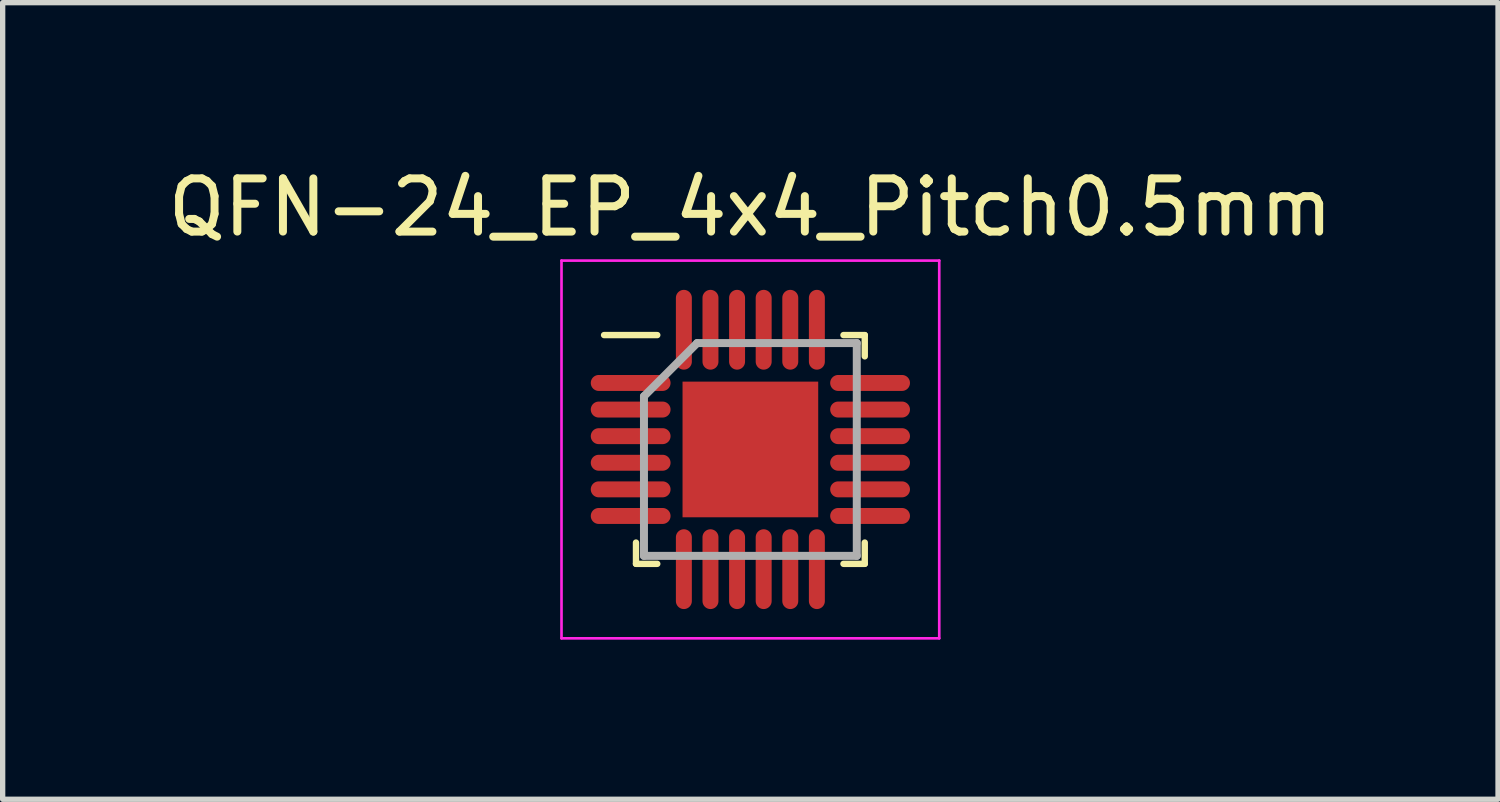
<source format=kicad_pcb>
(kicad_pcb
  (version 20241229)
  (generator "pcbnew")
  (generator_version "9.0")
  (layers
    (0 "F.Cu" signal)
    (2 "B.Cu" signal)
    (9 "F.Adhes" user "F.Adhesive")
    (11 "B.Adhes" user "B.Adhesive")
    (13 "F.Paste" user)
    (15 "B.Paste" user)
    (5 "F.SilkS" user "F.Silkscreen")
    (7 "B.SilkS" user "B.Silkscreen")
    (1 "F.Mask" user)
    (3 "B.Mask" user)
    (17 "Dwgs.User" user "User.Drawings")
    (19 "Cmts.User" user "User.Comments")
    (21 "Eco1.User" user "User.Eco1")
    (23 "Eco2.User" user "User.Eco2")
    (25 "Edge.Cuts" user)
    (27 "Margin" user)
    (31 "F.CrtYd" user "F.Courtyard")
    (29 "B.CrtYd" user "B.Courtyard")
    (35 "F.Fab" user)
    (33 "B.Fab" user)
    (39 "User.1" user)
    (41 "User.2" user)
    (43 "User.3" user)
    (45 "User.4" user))
  (footprint "QFN-24_EP_4x4_Pitch0.5mm"
    (layer "F.Cu")
    (at 11.054 5.398)
    (property "Reference" "QFN-24_EP_4x4_Pitch0.5mm" (at 0 -4.55 0) (layer "F.SilkS") (effects (font (size 1 1) (thickness 0.15))))
    (attr smd)
    (fp_line (start -2.15 2.15) (end -2.15 1.75) (stroke (width 0.12) (type default)) (layer "F.SilkS"))
    (fp_line (start -1.75 -2.15) (end -2.75 -2.15) (stroke (width 0.12) (type default)) (layer "F.SilkS"))
    (fp_line (start -1.75 2.15) (end -2.15 2.15) (stroke (width 0.12) (type default)) (layer "F.SilkS"))
    (fp_line (start 1.75 -2.15) (end 2.15 -2.15) (stroke (width 0.12) (type default)) (layer "F.SilkS"))
    (fp_line (start 1.75 2.15) (end 2.15 2.15) (stroke (width 0.12) (type default)) (layer "F.SilkS"))
    (fp_line (start 2.15 -2.15) (end 2.15 -1.75) (stroke (width 0.12) (type default)) (layer "F.SilkS"))
    (fp_line (start 2.15 2.15) (end 2.15 1.75) (stroke (width 0.12) (type default)) (layer "F.SilkS"))
    (fp_line (start -3.55 -3.55) (end 3.55 -3.55) (stroke (width 0.05) (type default)) (layer "F.CrtYd"))
    (fp_line (start -3.55 3.55) (end -3.55 -3.55) (stroke (width 0.05) (type default)) (layer "F.CrtYd"))
    (fp_line (start 3.55 -3.55) (end 3.55 3.55) (stroke (width 0.05) (type default)) (layer "F.CrtYd"))
    (fp_line (start 3.55 3.55) (end -3.55 3.55) (stroke (width 0.05) (type default)) (layer "F.CrtYd"))
    (fp_line (start -2 -1) (end -2 2) (stroke (width 0.15) (type default)) (layer "F.Fab"))
    (fp_line (start -2 2) (end 2 2) (stroke (width 0.15) (type default)) (layer "F.Fab"))
    (fp_line (start -1 -2) (end -2 -1) (stroke (width 0.15) (type default)) (layer "F.Fab"))
    (fp_line (start 2 -2) (end -1 -2) (stroke (width 0.15) (type default)) (layer "F.Fab"))
    (fp_line (start 2 2) (end 2 -2) (stroke (width 0.15) (type default)) (layer "F.Fab"))
    (pad "1" smd oval (at -2.25 -1.25 90) (size 0.3 1.5) (layers "F.Cu" "F.Mask" "F.Paste"))
    (pad "2" smd oval (at -2.25 -0.75 90) (size 0.3 1.5) (layers "F.Cu" "F.Mask" "F.Paste"))
    (pad "3" smd oval (at -2.25 -0.25 90) (size 0.3 1.5) (layers "F.Cu" "F.Mask" "F.Paste"))
    (pad "4" smd oval (at -2.25 0.25 90) (size 0.3 1.5) (layers "F.Cu" "F.Mask" "F.Paste"))
    (pad "5" smd oval (at -2.25 0.75 90) (size 0.3 1.5) (layers "F.Cu" "F.Mask" "F.Paste"))
    (pad "6" smd oval (at -2.25 1.25 90) (size 0.3 1.5) (layers "F.Cu" "F.Mask" "F.Paste"))
    (pad "7" smd oval (at -1.25 2.25) (size 0.3 1.5) (layers "F.Cu" "F.Mask" "F.Paste"))
    (pad "8" smd oval (at -0.75 2.25) (size 0.3 1.5) (layers "F.Cu" "F.Mask" "F.Paste"))
    (pad "9" smd oval (at -0.25 2.25) (size 0.3 1.5) (layers "F.Cu" "F.Mask" "F.Paste"))
    (pad "10" smd oval (at 0.25 2.25) (size 0.3 1.5) (layers "F.Cu" "F.Mask" "F.Paste"))
    (pad "11" smd oval (at 0.75 2.25) (size 0.3 1.5) (layers "F.Cu" "F.Mask" "F.Paste"))
    (pad "12" smd oval (at 1.25 2.25) (size 0.3 1.5) (layers "F.Cu" "F.Mask" "F.Paste"))
    (pad "13" smd oval (at 2.25 1.25 90) (size 0.3 1.5) (layers "F.Cu" "F.Mask" "F.Paste"))
    (pad "14" smd oval (at 2.25 0.75 90) (size 0.3 1.5) (layers "F.Cu" "F.Mask" "F.Paste"))
    (pad "15" smd oval (at 2.25 0.25 90) (size 0.3 1.5) (layers "F.Cu" "F.Mask" "F.Paste"))
    (pad "16" smd oval (at 2.25 -0.25 90) (size 0.3 1.5) (layers "F.Cu" "F.Mask" "F.Paste"))
    (pad "17" smd oval (at 2.25 -0.75 90) (size 0.3 1.5) (layers "F.Cu" "F.Mask" "F.Paste"))
    (pad "18" smd oval (at 2.25 -1.25 90) (size 0.3 1.5) (layers "F.Cu" "F.Mask" "F.Paste"))
    (pad "19" smd oval (at 1.25 -2.25) (size 0.3 1.5) (layers "F.Cu" "F.Mask" "F.Paste"))
    (pad "20" smd oval (at 0.75 -2.25) (size 0.3 1.5) (layers "F.Cu" "F.Mask" "F.Paste"))
    (pad "21" smd oval (at 0.25 -2.25) (size 0.3 1.5) (layers "F.Cu" "F.Mask" "F.Paste"))
    (pad "22" smd oval (at -0.25 -2.25) (size 0.3 1.5) (layers "F.Cu" "F.Mask" "F.Paste"))
    (pad "23" smd oval (at -0.75 -2.25) (size 0.3 1.5) (layers "F.Cu" "F.Mask" "F.Paste"))
    (pad "24" smd oval (at -1.25 -2.25) (size 0.3 1.5) (layers "F.Cu" "F.Mask" "F.Paste"))
    (pad "25" smd rect (at 0 0) (size 2.55 2.55) (layers "F.Cu" "F.Mask" "F.Paste")))
  (gr_rect
    (start -3 -3)
    (end 25.107 11.973)
    (stroke (width 0.1) (type default))
    (fill no)
    (layer "Edge.Cuts")))
</source>
